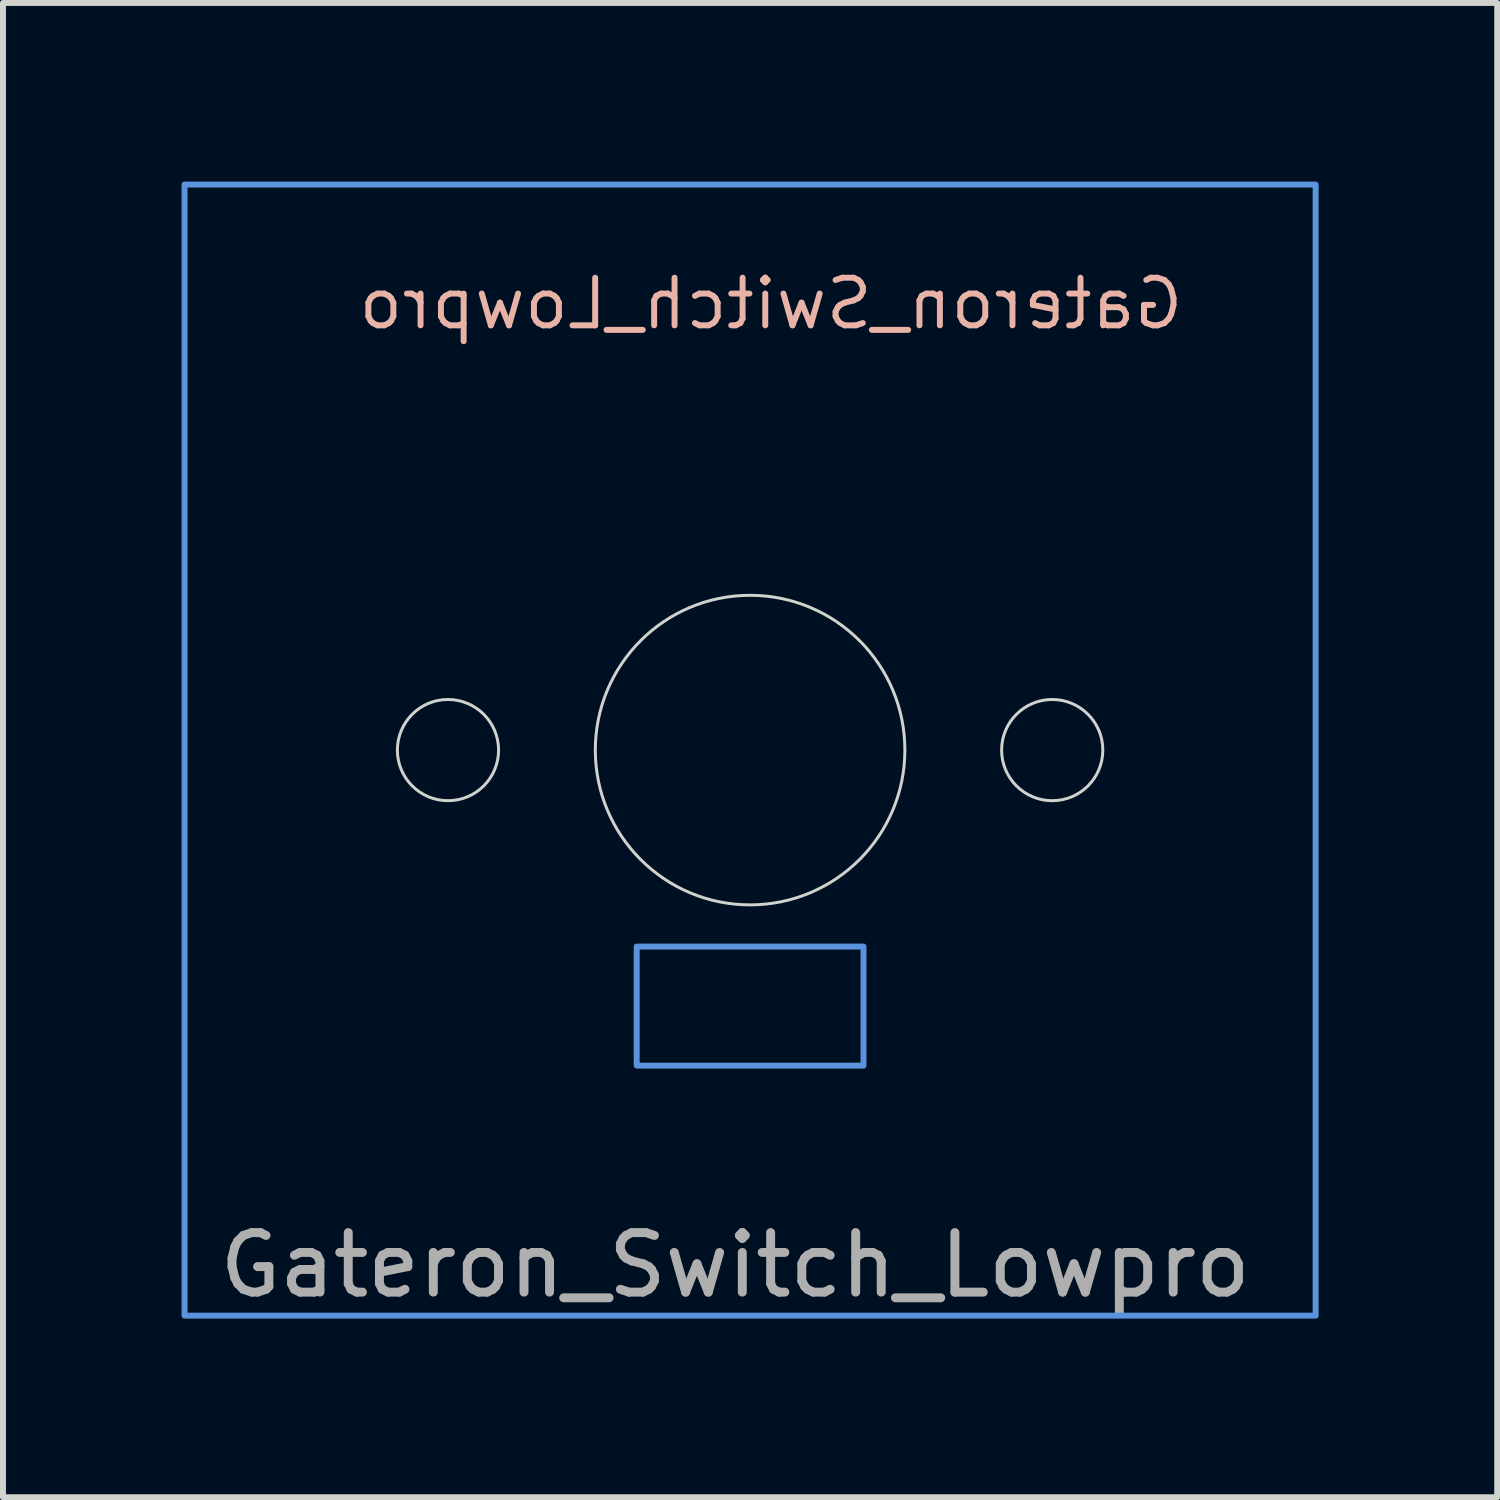
<source format=kicad_pcb>
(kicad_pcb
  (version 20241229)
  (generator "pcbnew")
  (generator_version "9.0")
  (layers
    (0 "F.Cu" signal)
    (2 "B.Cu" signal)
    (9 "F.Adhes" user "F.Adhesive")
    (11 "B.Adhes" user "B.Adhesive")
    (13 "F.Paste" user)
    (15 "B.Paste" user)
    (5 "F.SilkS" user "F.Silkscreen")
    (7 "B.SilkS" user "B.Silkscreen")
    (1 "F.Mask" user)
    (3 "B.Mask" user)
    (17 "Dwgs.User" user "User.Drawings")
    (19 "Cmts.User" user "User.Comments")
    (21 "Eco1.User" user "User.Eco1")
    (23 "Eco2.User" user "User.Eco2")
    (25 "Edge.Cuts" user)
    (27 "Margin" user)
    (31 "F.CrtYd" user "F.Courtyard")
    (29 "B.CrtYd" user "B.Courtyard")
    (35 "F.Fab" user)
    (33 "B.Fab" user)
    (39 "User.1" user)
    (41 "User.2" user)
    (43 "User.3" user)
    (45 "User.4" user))
  (footprint "Gateron_Switch_Lowpro"
    (layer "F.Cu")
    (at 9.55 9.55)
    (property "Reference" "Gateron_Switch_Lowpro" (at 0.35 -7.5 0) (unlocked yes) (layer "B.SilkS") (effects (font (size 0.8 0.8) (thickness 0.1)) (justify mirror)))
    (attr smd)
    (fp_rect (start -9.5 -9.5) (end 9.5 9.5) (stroke (width 0.1) (type solid)) (fill no) (layer "Cmts.User"))
    (fp_rect (start -1.905 3.3) (end 1.905 5.3) (stroke (width 0.1) (type solid)) (fill no) (layer "Cmts.User"))
    (fp_circle (center -5.075 0) (end -4.225 0) (stroke (width 0.05) (type solid)) (fill no) (layer "Edge.Cuts"))
    (fp_circle (center 0 0) (end 2.6 0) (stroke (width 0.05) (type solid)) (fill no) (layer "Edge.Cuts"))
    (fp_circle (center 5.075 0) (end 5.925 0) (stroke (width 0.05) (type solid)) (fill no) (layer "Edge.Cuts"))
    (fp_rect (start -2.5 -6) (end 2.5 -3.5) (stroke (width 0.1) (type solid)) (fill no) (layer "User.2"))
    (fp_line (start -3.5 3.9) (end -3.5 4.9) (stroke (width 0.1) (type default)) (layer "User.3"))
    (fp_line (start -2.5 -6.25) (end 2.5 -6.25) (stroke (width 0.1) (type default)) (layer "User.3"))
    (fp_line (start -2.5 -3.25) (end 2.5 -3.25) (stroke (width 0.1) (type default)) (layer "User.3"))
    (fp_line (start -2 2.4) (end 2 2.4) (stroke (width 0.1) (type solid)) (layer "User.3"))
    (fp_line (start -2 6.4) (end 2 6.4) (stroke (width 0.1) (type solid)) (layer "User.3"))
    (fp_line (start 3.5 3.9) (end 3.5 4.9) (stroke (width 0.1) (type default)) (layer "User.3"))
    (fp_arc (start -3.5 3.9) (mid -3.06066 2.83934) (end -2 2.4) (stroke (width 0.1) (type solid)) (layer "User.3"))
    (fp_arc (start -2.5 -3.25) (mid -4 -4.75) (end -2.5 -6.25) (stroke (width 0.1) (type default)) (layer "User.3"))
    (fp_arc (start -2 6.4) (mid -3.06066 5.96066) (end -3.5 4.9) (stroke (width 0.1) (type default)) (layer "User.3"))
    (fp_arc (start 2 2.4) (mid 3.06066 2.83934) (end 3.5 3.9) (stroke (width 0.1) (type default)) (layer "User.3"))
    (fp_arc (start 2.5 -6.25) (mid 4 -4.75) (end 2.5 -3.25) (stroke (width 0.1) (type default)) (layer "User.3"))
    (fp_arc (start 3.5 4.9) (mid 3.06066 5.96066) (end 2 6.4) (stroke (width 0.1) (type default)) (layer "User.3"))
    (fp_line (start -7 -7) (end 7 -7) (stroke (width 0.1) (type solid)) (layer "User.4"))
    (fp_line (start -7 7) (end -7 -7) (stroke (width 0.1) (type solid)) (layer "User.4"))
    (fp_line (start 7 -7) (end 7 7) (stroke (width 0.1) (type solid)) (layer "User.4"))
    (fp_line (start 7 7) (end -7 7) (stroke (width 0.1) (type solid)) (layer "User.4"))
    (fp_text user "${REFERENCE}" (at -0.25 8.65 0) (unlocked yes) (layer "F.Fab") (effects (font (size 1 1) (thickness 0.15))))
    (zone (net_name "") (layers "F.Cu" "B.Cu") (hatch edge 0.5) (connect_pads) (min_thickness 0.25) (filled_areas_thickness no) (keepout (tracks allowed) (vias allowed) (pads allowed) (copperpour not_allowed) (footprints allowed)) (placement (enabled no)) (fill) (polygon (pts (xy 2.55 9.55) (xy 16.55 9.55) (xy 16.55 18.1) (xy 2.55 18.1))))
    (zone (net_name "") (layer "User.6") (hatch edge 0.5) (connect_pads) (min_thickness 0.25) (filled_areas_thickness no) (keepout (tracks allowed) (vias allowed) (pads allowed) (copperpour not_allowed) (footprints allowed)) (placement (enabled no)) (fill) (polygon (pts (xy 2.55 9.55) (xy 16.55 9.55) (xy 16.55 18.1) (xy 2.65 18.1)))))
  (gr_rect
    (start -3 -3)
    (end 22.1 22.1)
    (stroke (width 0.1) (type default))
    (fill no)
    (layer "Edge.Cuts")))
</source>
